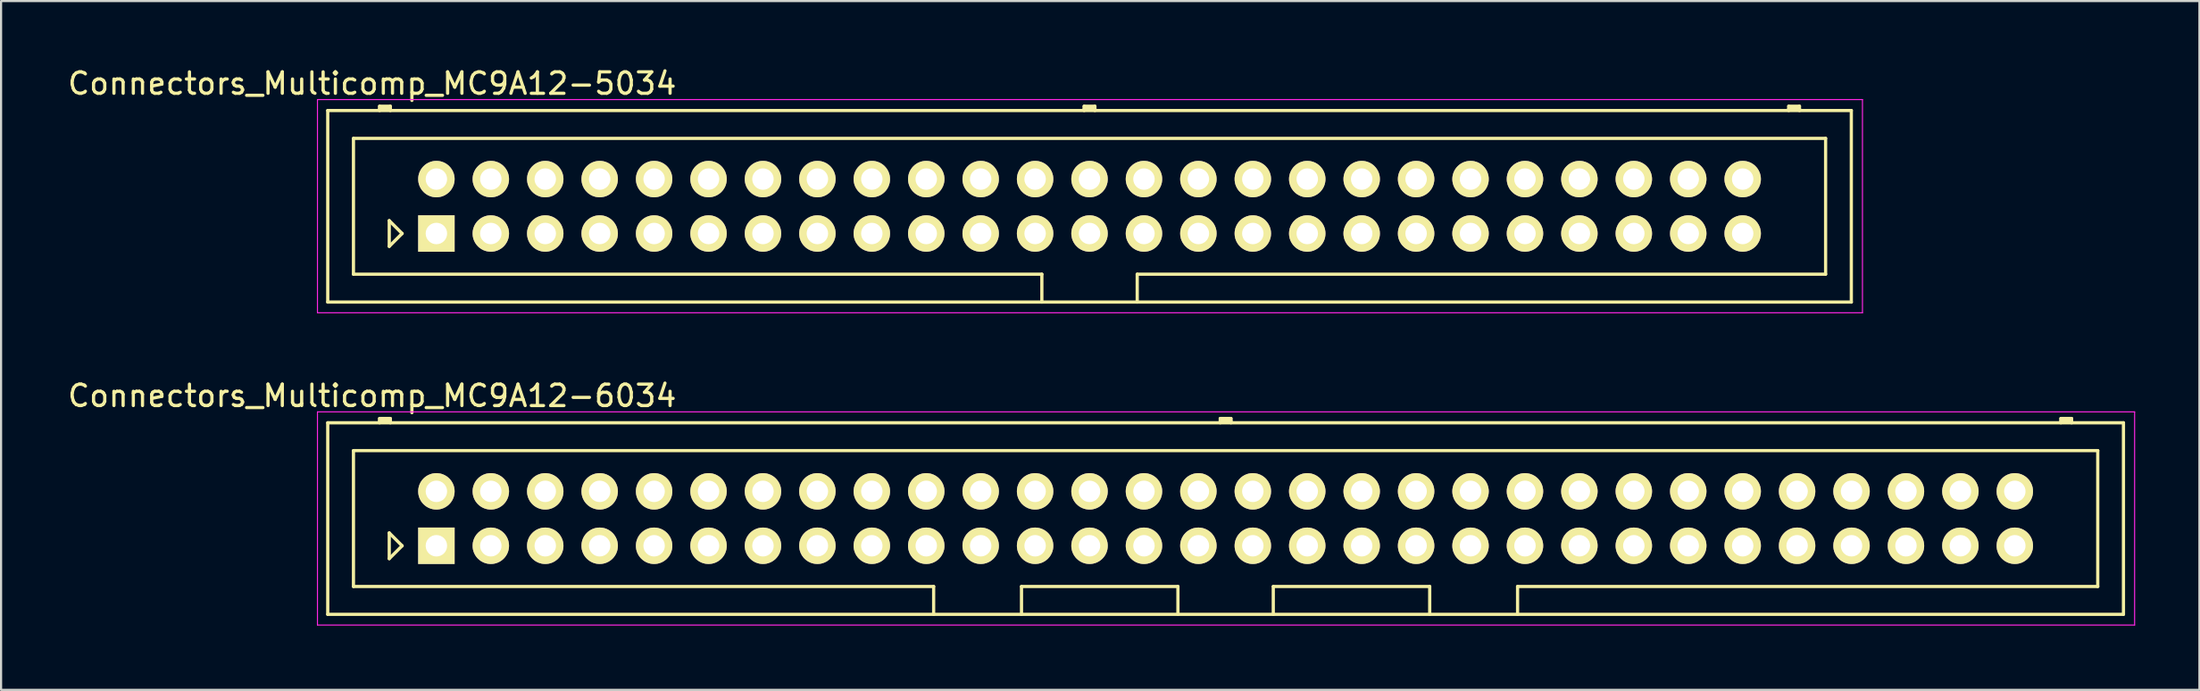
<source format=kicad_pcb>
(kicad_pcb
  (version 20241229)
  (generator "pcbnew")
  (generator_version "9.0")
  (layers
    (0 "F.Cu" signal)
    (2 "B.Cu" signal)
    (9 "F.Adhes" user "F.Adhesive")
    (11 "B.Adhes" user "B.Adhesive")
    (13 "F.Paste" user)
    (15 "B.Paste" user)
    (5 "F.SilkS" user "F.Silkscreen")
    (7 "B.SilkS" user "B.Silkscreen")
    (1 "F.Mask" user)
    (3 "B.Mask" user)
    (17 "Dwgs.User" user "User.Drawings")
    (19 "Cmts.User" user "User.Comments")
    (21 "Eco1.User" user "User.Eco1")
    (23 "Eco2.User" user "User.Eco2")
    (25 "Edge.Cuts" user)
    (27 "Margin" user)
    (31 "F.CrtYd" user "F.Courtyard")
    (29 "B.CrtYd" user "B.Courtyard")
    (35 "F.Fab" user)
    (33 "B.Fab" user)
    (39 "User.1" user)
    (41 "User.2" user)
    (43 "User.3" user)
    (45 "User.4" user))
  (footprint "Connectors_Multicomp_MC9A12-6034"
    (layer "F.Cu")
    (at 17.315 22.422)
    (property "Reference" "Connectors_Multicomp_MC9A12-6034" (at -3 -7 0) (layer "F.SilkS") (effects (font (size 1 1) (thickness 0.15))))
    (attr through_hole)
    (fp_line (start -5.07 -5.74) (end 78.73 -5.74) (stroke (width 0.15) (type solid)) (layer "F.SilkS"))
    (fp_line (start -5.07 3.2) (end -5.07 -5.74) (stroke (width 0.15) (type solid)) (layer "F.SilkS"))
    (fp_line (start -3.87 -4.44) (end 77.53 -4.44) (stroke (width 0.15) (type solid)) (layer "F.SilkS"))
    (fp_line (start -3.87 1.9) (end -3.87 -4.44) (stroke (width 0.15) (type solid)) (layer "F.SilkS"))
    (fp_line (start -2.65 -5.94) (end -2.15 -5.94) (stroke (width 0.15) (type solid)) (layer "F.SilkS"))
    (fp_line (start -2.65 -5.84) (end -2.15 -5.84) (stroke (width 0.15) (type solid)) (layer "F.SilkS"))
    (fp_line (start -2.65 -5.74) (end -2.65 -5.94) (stroke (width 0.15) (type solid)) (layer "F.SilkS"))
    (fp_line (start -2.2 -0.6) (end -1.6 0) (stroke (width 0.15) (type solid)) (layer "F.SilkS"))
    (fp_line (start -2.2 0.6) (end -2.2 -0.6) (stroke (width 0.15) (type solid)) (layer "F.SilkS"))
    (fp_line (start -2.15 -5.94) (end -2.15 -5.74) (stroke (width 0.15) (type solid)) (layer "F.SilkS"))
    (fp_line (start -1.6 0) (end -2.2 0.6) (stroke (width 0.15) (type solid)) (layer "F.SilkS"))
    (fp_line (start 23.205 1.9) (end -3.87 1.9) (stroke (width 0.15) (type solid)) (layer "F.SilkS"))
    (fp_line (start 23.205 3.2) (end 23.205 1.9) (stroke (width 0.15) (type solid)) (layer "F.SilkS"))
    (fp_line (start 27.305 1.9) (end 34.605 1.9) (stroke (width 0.15) (type solid)) (layer "F.SilkS"))
    (fp_line (start 27.305 3.2) (end 27.305 1.9) (stroke (width 0.15) (type solid)) (layer "F.SilkS"))
    (fp_line (start 34.605 1.9) (end 34.605 3.2) (stroke (width 0.15) (type solid)) (layer "F.SilkS"))
    (fp_line (start 36.58 -5.94) (end 37.08 -5.94) (stroke (width 0.15) (type solid)) (layer "F.SilkS"))
    (fp_line (start 36.58 -5.84) (end 37.08 -5.84) (stroke (width 0.15) (type solid)) (layer "F.SilkS"))
    (fp_line (start 36.58 -5.74) (end 36.58 -5.94) (stroke (width 0.15) (type solid)) (layer "F.SilkS"))
    (fp_line (start 37.08 -5.94) (end 37.08 -5.74) (stroke (width 0.15) (type solid)) (layer "F.SilkS"))
    (fp_line (start 39.055 1.9) (end 39.055 3.2) (stroke (width 0.15) (type solid)) (layer "F.SilkS"))
    (fp_line (start 46.355 1.9) (end 39.055 1.9) (stroke (width 0.15) (type solid)) (layer "F.SilkS"))
    (fp_line (start 46.355 3.2) (end 46.355 1.9) (stroke (width 0.15) (type solid)) (layer "F.SilkS"))
    (fp_line (start 50.455 1.9) (end 50.455 3.2) (stroke (width 0.15) (type solid)) (layer "F.SilkS"))
    (fp_line (start 75.81 -5.94) (end 76.31 -5.94) (stroke (width 0.15) (type solid)) (layer "F.SilkS"))
    (fp_line (start 75.81 -5.84) (end 76.31 -5.84) (stroke (width 0.15) (type solid)) (layer "F.SilkS"))
    (fp_line (start 75.81 -5.74) (end 75.81 -5.94) (stroke (width 0.15) (type solid)) (layer "F.SilkS"))
    (fp_line (start 76.31 -5.94) (end 76.31 -5.74) (stroke (width 0.15) (type solid)) (layer "F.SilkS"))
    (fp_line (start 77.53 -4.44) (end 77.53 1.9) (stroke (width 0.15) (type solid)) (layer "F.SilkS"))
    (fp_line (start 77.53 1.9) (end 50.455 1.9) (stroke (width 0.15) (type solid)) (layer "F.SilkS"))
    (fp_line (start 78.73 -5.74) (end 78.73 3.2) (stroke (width 0.15) (type solid)) (layer "F.SilkS"))
    (fp_line (start 78.73 3.2) (end -5.07 3.2) (stroke (width 0.15) (type solid)) (layer "F.SilkS"))
    (fp_line (start -5.55 -6.25) (end 79.25 -6.25) (stroke (width 0.05) (type solid)) (layer "F.CrtYd"))
    (fp_line (start -5.55 3.7) (end -5.55 -6.25) (stroke (width 0.05) (type solid)) (layer "F.CrtYd"))
    (fp_line (start 79.25 -6.25) (end 79.25 3.7) (stroke (width 0.05) (type solid)) (layer "F.CrtYd"))
    (fp_line (start 79.25 3.7) (end -5.55 3.7) (stroke (width 0.05) (type solid)) (layer "F.CrtYd"))
    (pad "1" thru_hole rect (at 0 0) (size 1.7 1.7) (drill 1) (layers "*.Cu" "*.Mask" "F.SilkS"))
    (pad "2" thru_hole circle (at 0 -2.54) (size 1.7 1.7) (drill 1) (layers "*.Cu" "*.Mask" "F.SilkS"))
    (pad "3" thru_hole circle (at 2.54 0) (size 1.7 1.7) (drill 1) (layers "*.Cu" "*.Mask" "F.SilkS"))
    (pad "4" thru_hole circle (at 2.54 -2.54) (size 1.7 1.7) (drill 1) (layers "*.Cu" "*.Mask" "F.SilkS"))
    (pad "5" thru_hole circle (at 5.08 0) (size 1.7 1.7) (drill 1) (layers "*.Cu" "*.Mask" "F.SilkS"))
    (pad "6" thru_hole circle (at 5.08 -2.54) (size 1.7 1.7) (drill 1) (layers "*.Cu" "*.Mask" "F.SilkS"))
    (pad "7" thru_hole circle (at 7.62 0) (size 1.7 1.7) (drill 1) (layers "*.Cu" "*.Mask" "F.SilkS"))
    (pad "8" thru_hole circle (at 7.62 -2.54) (size 1.7 1.7) (drill 1) (layers "*.Cu" "*.Mask" "F.SilkS"))
    (pad "9" thru_hole circle (at 10.16 0) (size 1.7 1.7) (drill 1) (layers "*.Cu" "*.Mask" "F.SilkS"))
    (pad "10" thru_hole circle (at 10.16 -2.54) (size 1.7 1.7) (drill 1) (layers "*.Cu" "*.Mask" "F.SilkS"))
    (pad "11" thru_hole circle (at 12.7 0) (size 1.7 1.7) (drill 1) (layers "*.Cu" "*.Mask" "F.SilkS"))
    (pad "12" thru_hole circle (at 12.7 -2.54) (size 1.7 1.7) (drill 1) (layers "*.Cu" "*.Mask" "F.SilkS"))
    (pad "13" thru_hole circle (at 15.24 0) (size 1.7 1.7) (drill 1) (layers "*.Cu" "*.Mask" "F.SilkS"))
    (pad "14" thru_hole circle (at 15.24 -2.54) (size 1.7 1.7) (drill 1) (layers "*.Cu" "*.Mask" "F.SilkS"))
    (pad "15" thru_hole circle (at 17.78 0) (size 1.7 1.7) (drill 1) (layers "*.Cu" "*.Mask" "F.SilkS"))
    (pad "16" thru_hole circle (at 17.78 -2.54) (size 1.7 1.7) (drill 1) (layers "*.Cu" "*.Mask" "F.SilkS"))
    (pad "17" thru_hole circle (at 20.32 0) (size 1.7 1.7) (drill 1) (layers "*.Cu" "*.Mask" "F.SilkS"))
    (pad "18" thru_hole circle (at 20.32 -2.54) (size 1.7 1.7) (drill 1) (layers "*.Cu" "*.Mask" "F.SilkS"))
    (pad "19" thru_hole circle (at 22.86 0) (size 1.7 1.7) (drill 1) (layers "*.Cu" "*.Mask" "F.SilkS"))
    (pad "20" thru_hole circle (at 22.86 -2.54) (size 1.7 1.7) (drill 1) (layers "*.Cu" "*.Mask" "F.SilkS"))
    (pad "21" thru_hole circle (at 25.4 0) (size 1.7 1.7) (drill 1) (layers "*.Cu" "*.Mask" "F.SilkS"))
    (pad "22" thru_hole circle (at 25.4 -2.54) (size 1.7 1.7) (drill 1) (layers "*.Cu" "*.Mask" "F.SilkS"))
    (pad "23" thru_hole circle (at 27.94 0) (size 1.7 1.7) (drill 1) (layers "*.Cu" "*.Mask" "F.SilkS"))
    (pad "24" thru_hole circle (at 27.94 -2.54) (size 1.7 1.7) (drill 1) (layers "*.Cu" "*.Mask" "F.SilkS"))
    (pad "25" thru_hole circle (at 30.48 0) (size 1.7 1.7) (drill 1) (layers "*.Cu" "*.Mask" "F.SilkS"))
    (pad "26" thru_hole circle (at 30.48 -2.54) (size 1.7 1.7) (drill 1) (layers "*.Cu" "*.Mask" "F.SilkS"))
    (pad "27" thru_hole circle (at 33.02 0) (size 1.7 1.7) (drill 1) (layers "*.Cu" "*.Mask" "F.SilkS"))
    (pad "28" thru_hole circle (at 33.02 -2.54) (size 1.7 1.7) (drill 1) (layers "*.Cu" "*.Mask" "F.SilkS"))
    (pad "29" thru_hole circle (at 35.56 0) (size 1.7 1.7) (drill 1) (layers "*.Cu" "*.Mask" "F.SilkS"))
    (pad "30" thru_hole circle (at 35.56 -2.54) (size 1.7 1.7) (drill 1) (layers "*.Cu" "*.Mask" "F.SilkS"))
    (pad "31" thru_hole circle (at 38.1 0) (size 1.7 1.7) (drill 1) (layers "*.Cu" "*.Mask" "F.SilkS"))
    (pad "32" thru_hole circle (at 38.1 -2.54) (size 1.7 1.7) (drill 1) (layers "*.Cu" "*.Mask" "F.SilkS"))
    (pad "33" thru_hole circle (at 40.64 0) (size 1.7 1.7) (drill 1) (layers "*.Cu" "*.Mask" "F.SilkS"))
    (pad "34" thru_hole circle (at 40.64 -2.54) (size 1.7 1.7) (drill 1) (layers "*.Cu" "*.Mask" "F.SilkS"))
    (pad "35" thru_hole circle (at 43.18 0) (size 1.7 1.7) (drill 1) (layers "*.Cu" "*.Mask" "F.SilkS"))
    (pad "36" thru_hole circle (at 43.18 -2.54) (size 1.7 1.7) (drill 1) (layers "*.Cu" "*.Mask" "F.SilkS"))
    (pad "37" thru_hole circle (at 45.72 0) (size 1.7 1.7) (drill 1) (layers "*.Cu" "*.Mask" "F.SilkS"))
    (pad "38" thru_hole circle (at 45.72 -2.54) (size 1.7 1.7) (drill 1) (layers "*.Cu" "*.Mask" "F.SilkS"))
    (pad "39" thru_hole circle (at 48.26 0) (size 1.7 1.7) (drill 1) (layers "*.Cu" "*.Mask" "F.SilkS"))
    (pad "40" thru_hole circle (at 48.26 -2.54) (size 1.7 1.7) (drill 1) (layers "*.Cu" "*.Mask" "F.SilkS"))
    (pad "41" thru_hole circle (at 50.8 0) (size 1.7 1.7) (drill 1) (layers "*.Cu" "*.Mask" "F.SilkS"))
    (pad "42" thru_hole circle (at 50.8 -2.54) (size 1.7 1.7) (drill 1) (layers "*.Cu" "*.Mask" "F.SilkS"))
    (pad "43" thru_hole circle (at 53.34 0) (size 1.7 1.7) (drill 1) (layers "*.Cu" "*.Mask" "F.SilkS"))
    (pad "44" thru_hole circle (at 53.34 -2.54) (size 1.7 1.7) (drill 1) (layers "*.Cu" "*.Mask" "F.SilkS"))
    (pad "45" thru_hole circle (at 55.88 0) (size 1.7 1.7) (drill 1) (layers "*.Cu" "*.Mask" "F.SilkS"))
    (pad "46" thru_hole circle (at 55.88 -2.54) (size 1.7 1.7) (drill 1) (layers "*.Cu" "*.Mask" "F.SilkS"))
    (pad "47" thru_hole circle (at 58.42 0) (size 1.7 1.7) (drill 1) (layers "*.Cu" "*.Mask" "F.SilkS"))
    (pad "48" thru_hole circle (at 58.42 -2.54) (size 1.7 1.7) (drill 1) (layers "*.Cu" "*.Mask" "F.SilkS"))
    (pad "49" thru_hole circle (at 60.96 0) (size 1.7 1.7) (drill 1) (layers "*.Cu" "*.Mask" "F.SilkS"))
    (pad "50" thru_hole circle (at 60.96 -2.54) (size 1.7 1.7) (drill 1) (layers "*.Cu" "*.Mask" "F.SilkS"))
    (pad "51" thru_hole circle (at 63.5 0) (size 1.7 1.7) (drill 1) (layers "*.Cu" "*.Mask" "F.SilkS"))
    (pad "52" thru_hole circle (at 63.5 -2.54) (size 1.7 1.7) (drill 1) (layers "*.Cu" "*.Mask" "F.SilkS"))
    (pad "53" thru_hole circle (at 66.04 0) (size 1.7 1.7) (drill 1) (layers "*.Cu" "*.Mask" "F.SilkS"))
    (pad "54" thru_hole circle (at 66.04 -2.54) (size 1.7 1.7) (drill 1) (layers "*.Cu" "*.Mask" "F.SilkS"))
    (pad "55" thru_hole circle (at 68.58 0) (size 1.7 1.7) (drill 1) (layers "*.Cu" "*.Mask" "F.SilkS"))
    (pad "56" thru_hole circle (at 68.58 -2.54) (size 1.7 1.7) (drill 1) (layers "*.Cu" "*.Mask" "F.SilkS"))
    (pad "57" thru_hole circle (at 71.12 0) (size 1.7 1.7) (drill 1) (layers "*.Cu" "*.Mask" "F.SilkS"))
    (pad "58" thru_hole circle (at 71.12 -2.54) (size 1.7 1.7) (drill 1) (layers "*.Cu" "*.Mask" "F.SilkS"))
    (pad "59" thru_hole circle (at 73.66 0) (size 1.7 1.7) (drill 1) (layers "*.Cu" "*.Mask" "F.SilkS"))
    (pad "60" thru_hole circle (at 73.66 -2.54) (size 1.7 1.7) (drill 1) (layers "*.Cu" "*.Mask" "F.SilkS")))
  (footprint "Connectors_Multicomp_MC9A12-5034"
    (layer "F.Cu")
    (at 17.315 7.848)
    (property "Reference" "Connectors_Multicomp_MC9A12-5034" (at -3 -7 0) (layer "F.SilkS") (effects (font (size 1 1) (thickness 0.15))))
    (attr through_hole)
    (fp_line (start -5.07 -5.74) (end 66.03 -5.74) (stroke (width 0.15) (type solid)) (layer "F.SilkS"))
    (fp_line (start -5.07 3.2) (end -5.07 -5.74) (stroke (width 0.15) (type solid)) (layer "F.SilkS"))
    (fp_line (start -3.87 -4.44) (end 64.83 -4.44) (stroke (width 0.15) (type solid)) (layer "F.SilkS"))
    (fp_line (start -3.87 1.9) (end -3.87 -4.44) (stroke (width 0.15) (type solid)) (layer "F.SilkS"))
    (fp_line (start -2.65 -5.94) (end -2.15 -5.94) (stroke (width 0.15) (type solid)) (layer "F.SilkS"))
    (fp_line (start -2.65 -5.84) (end -2.15 -5.84) (stroke (width 0.15) (type solid)) (layer "F.SilkS"))
    (fp_line (start -2.65 -5.74) (end -2.65 -5.94) (stroke (width 0.15) (type solid)) (layer "F.SilkS"))
    (fp_line (start -2.2 -0.6) (end -1.6 0) (stroke (width 0.15) (type solid)) (layer "F.SilkS"))
    (fp_line (start -2.2 0.6) (end -2.2 -0.6) (stroke (width 0.15) (type solid)) (layer "F.SilkS"))
    (fp_line (start -2.15 -5.94) (end -2.15 -5.74) (stroke (width 0.15) (type solid)) (layer "F.SilkS"))
    (fp_line (start -1.6 0) (end -2.2 0.6) (stroke (width 0.15) (type solid)) (layer "F.SilkS"))
    (fp_line (start 28.255 1.9) (end -3.87 1.9) (stroke (width 0.15) (type solid)) (layer "F.SilkS"))
    (fp_line (start 28.255 3.2) (end 28.255 1.9) (stroke (width 0.15) (type solid)) (layer "F.SilkS"))
    (fp_line (start 30.23 -5.94) (end 30.73 -5.94) (stroke (width 0.15) (type solid)) (layer "F.SilkS"))
    (fp_line (start 30.23 -5.84) (end 30.73 -5.84) (stroke (width 0.15) (type solid)) (layer "F.SilkS"))
    (fp_line (start 30.23 -5.74) (end 30.23 -5.94) (stroke (width 0.15) (type solid)) (layer "F.SilkS"))
    (fp_line (start 30.73 -5.94) (end 30.73 -5.74) (stroke (width 0.15) (type solid)) (layer "F.SilkS"))
    (fp_line (start 32.705 1.9) (end 32.705 3.2) (stroke (width 0.15) (type solid)) (layer "F.SilkS"))
    (fp_line (start 63.11 -5.94) (end 63.61 -5.94) (stroke (width 0.15) (type solid)) (layer "F.SilkS"))
    (fp_line (start 63.11 -5.84) (end 63.61 -5.84) (stroke (width 0.15) (type solid)) (layer "F.SilkS"))
    (fp_line (start 63.11 -5.74) (end 63.11 -5.94) (stroke (width 0.15) (type solid)) (layer "F.SilkS"))
    (fp_line (start 63.61 -5.94) (end 63.61 -5.74) (stroke (width 0.15) (type solid)) (layer "F.SilkS"))
    (fp_line (start 64.83 -4.44) (end 64.83 1.9) (stroke (width 0.15) (type solid)) (layer "F.SilkS"))
    (fp_line (start 64.83 1.9) (end 32.705 1.9) (stroke (width 0.15) (type solid)) (layer "F.SilkS"))
    (fp_line (start 66.03 -5.74) (end 66.03 3.2) (stroke (width 0.15) (type solid)) (layer "F.SilkS"))
    (fp_line (start 66.03 3.2) (end -5.07 3.2) (stroke (width 0.15) (type solid)) (layer "F.SilkS"))
    (fp_line (start -5.55 -6.25) (end 66.55 -6.25) (stroke (width 0.05) (type solid)) (layer "F.CrtYd"))
    (fp_line (start -5.55 3.7) (end -5.55 -6.25) (stroke (width 0.05) (type solid)) (layer "F.CrtYd"))
    (fp_line (start 66.55 -6.25) (end 66.55 3.7) (stroke (width 0.05) (type solid)) (layer "F.CrtYd"))
    (fp_line (start 66.55 3.7) (end -5.55 3.7) (stroke (width 0.05) (type solid)) (layer "F.CrtYd"))
    (pad "1" thru_hole rect (at 0 0) (size 1.7 1.7) (drill 1) (layers "*.Cu" "*.Mask" "F.SilkS"))
    (pad "2" thru_hole circle (at 0 -2.54) (size 1.7 1.7) (drill 1) (layers "*.Cu" "*.Mask" "F.SilkS"))
    (pad "3" thru_hole circle (at 2.54 0) (size 1.7 1.7) (drill 1) (layers "*.Cu" "*.Mask" "F.SilkS"))
    (pad "4" thru_hole circle (at 2.54 -2.54) (size 1.7 1.7) (drill 1) (layers "*.Cu" "*.Mask" "F.SilkS"))
    (pad "5" thru_hole circle (at 5.08 0) (size 1.7 1.7) (drill 1) (layers "*.Cu" "*.Mask" "F.SilkS"))
    (pad "6" thru_hole circle (at 5.08 -2.54) (size 1.7 1.7) (drill 1) (layers "*.Cu" "*.Mask" "F.SilkS"))
    (pad "7" thru_hole circle (at 7.62 0) (size 1.7 1.7) (drill 1) (layers "*.Cu" "*.Mask" "F.SilkS"))
    (pad "8" thru_hole circle (at 7.62 -2.54) (size 1.7 1.7) (drill 1) (layers "*.Cu" "*.Mask" "F.SilkS"))
    (pad "9" thru_hole circle (at 10.16 0) (size 1.7 1.7) (drill 1) (layers "*.Cu" "*.Mask" "F.SilkS"))
    (pad "10" thru_hole circle (at 10.16 -2.54) (size 1.7 1.7) (drill 1) (layers "*.Cu" "*.Mask" "F.SilkS"))
    (pad "11" thru_hole circle (at 12.7 0) (size 1.7 1.7) (drill 1) (layers "*.Cu" "*.Mask" "F.SilkS"))
    (pad "12" thru_hole circle (at 12.7 -2.54) (size 1.7 1.7) (drill 1) (layers "*.Cu" "*.Mask" "F.SilkS"))
    (pad "13" thru_hole circle (at 15.24 0) (size 1.7 1.7) (drill 1) (layers "*.Cu" "*.Mask" "F.SilkS"))
    (pad "14" thru_hole circle (at 15.24 -2.54) (size 1.7 1.7) (drill 1) (layers "*.Cu" "*.Mask" "F.SilkS"))
    (pad "15" thru_hole circle (at 17.78 0) (size 1.7 1.7) (drill 1) (layers "*.Cu" "*.Mask" "F.SilkS"))
    (pad "16" thru_hole circle (at 17.78 -2.54) (size 1.7 1.7) (drill 1) (layers "*.Cu" "*.Mask" "F.SilkS"))
    (pad "17" thru_hole circle (at 20.32 0) (size 1.7 1.7) (drill 1) (layers "*.Cu" "*.Mask" "F.SilkS"))
    (pad "18" thru_hole circle (at 20.32 -2.54) (size 1.7 1.7) (drill 1) (layers "*.Cu" "*.Mask" "F.SilkS"))
    (pad "19" thru_hole circle (at 22.86 0) (size 1.7 1.7) (drill 1) (layers "*.Cu" "*.Mask" "F.SilkS"))
    (pad "20" thru_hole circle (at 22.86 -2.54) (size 1.7 1.7) (drill 1) (layers "*.Cu" "*.Mask" "F.SilkS"))
    (pad "21" thru_hole circle (at 25.4 0) (size 1.7 1.7) (drill 1) (layers "*.Cu" "*.Mask" "F.SilkS"))
    (pad "22" thru_hole circle (at 25.4 -2.54) (size 1.7 1.7) (drill 1) (layers "*.Cu" "*.Mask" "F.SilkS"))
    (pad "23" thru_hole circle (at 27.94 0) (size 1.7 1.7) (drill 1) (layers "*.Cu" "*.Mask" "F.SilkS"))
    (pad "24" thru_hole circle (at 27.94 -2.54) (size 1.7 1.7) (drill 1) (layers "*.Cu" "*.Mask" "F.SilkS"))
    (pad "25" thru_hole circle (at 30.48 0) (size 1.7 1.7) (drill 1) (layers "*.Cu" "*.Mask" "F.SilkS"))
    (pad "26" thru_hole circle (at 30.48 -2.54) (size 1.7 1.7) (drill 1) (layers "*.Cu" "*.Mask" "F.SilkS"))
    (pad "27" thru_hole circle (at 33.02 0) (size 1.7 1.7) (drill 1) (layers "*.Cu" "*.Mask" "F.SilkS"))
    (pad "28" thru_hole circle (at 33.02 -2.54) (size 1.7 1.7) (drill 1) (layers "*.Cu" "*.Mask" "F.SilkS"))
    (pad "29" thru_hole circle (at 35.56 0) (size 1.7 1.7) (drill 1) (layers "*.Cu" "*.Mask" "F.SilkS"))
    (pad "30" thru_hole circle (at 35.56 -2.54) (size 1.7 1.7) (drill 1) (layers "*.Cu" "*.Mask" "F.SilkS"))
    (pad "31" thru_hole circle (at 38.1 0) (size 1.7 1.7) (drill 1) (layers "*.Cu" "*.Mask" "F.SilkS"))
    (pad "32" thru_hole circle (at 38.1 -2.54) (size 1.7 1.7) (drill 1) (layers "*.Cu" "*.Mask" "F.SilkS"))
    (pad "33" thru_hole circle (at 40.64 0) (size 1.7 1.7) (drill 1) (layers "*.Cu" "*.Mask" "F.SilkS"))
    (pad "34" thru_hole circle (at 40.64 -2.54) (size 1.7 1.7) (drill 1) (layers "*.Cu" "*.Mask" "F.SilkS"))
    (pad "35" thru_hole circle (at 43.18 0) (size 1.7 1.7) (drill 1) (layers "*.Cu" "*.Mask" "F.SilkS"))
    (pad "36" thru_hole circle (at 43.18 -2.54) (size 1.7 1.7) (drill 1) (layers "*.Cu" "*.Mask" "F.SilkS"))
    (pad "37" thru_hole circle (at 45.72 0) (size 1.7 1.7) (drill 1) (layers "*.Cu" "*.Mask" "F.SilkS"))
    (pad "38" thru_hole circle (at 45.72 -2.54) (size 1.7 1.7) (drill 1) (layers "*.Cu" "*.Mask" "F.SilkS"))
    (pad "39" thru_hole circle (at 48.26 0) (size 1.7 1.7) (drill 1) (layers "*.Cu" "*.Mask" "F.SilkS"))
    (pad "40" thru_hole circle (at 48.26 -2.54) (size 1.7 1.7) (drill 1) (layers "*.Cu" "*.Mask" "F.SilkS"))
    (pad "41" thru_hole circle (at 50.8 0) (size 1.7 1.7) (drill 1) (layers "*.Cu" "*.Mask" "F.SilkS"))
    (pad "42" thru_hole circle (at 50.8 -2.54) (size 1.7 1.7) (drill 1) (layers "*.Cu" "*.Mask" "F.SilkS"))
    (pad "43" thru_hole circle (at 53.34 0) (size 1.7 1.7) (drill 1) (layers "*.Cu" "*.Mask" "F.SilkS"))
    (pad "44" thru_hole circle (at 53.34 -2.54) (size 1.7 1.7) (drill 1) (layers "*.Cu" "*.Mask" "F.SilkS"))
    (pad "45" thru_hole circle (at 55.88 0) (size 1.7 1.7) (drill 1) (layers "*.Cu" "*.Mask" "F.SilkS"))
    (pad "46" thru_hole circle (at 55.88 -2.54) (size 1.7 1.7) (drill 1) (layers "*.Cu" "*.Mask" "F.SilkS"))
    (pad "47" thru_hole circle (at 58.42 0) (size 1.7 1.7) (drill 1) (layers "*.Cu" "*.Mask" "F.SilkS"))
    (pad "48" thru_hole circle (at 58.42 -2.54) (size 1.7 1.7) (drill 1) (layers "*.Cu" "*.Mask" "F.SilkS"))
    (pad "49" thru_hole circle (at 60.96 0) (size 1.7 1.7) (drill 1) (layers "*.Cu" "*.Mask" "F.SilkS"))
    (pad "50" thru_hole circle (at 60.96 -2.54) (size 1.7 1.7) (drill 1) (layers "*.Cu" "*.Mask" "F.SilkS")))
  (gr_rect
    (start -3 -3)
    (end 99.59 29.146)
    (stroke (width 0.1) (type default))
    (fill no)
    (layer "Edge.Cuts")))
</source>
